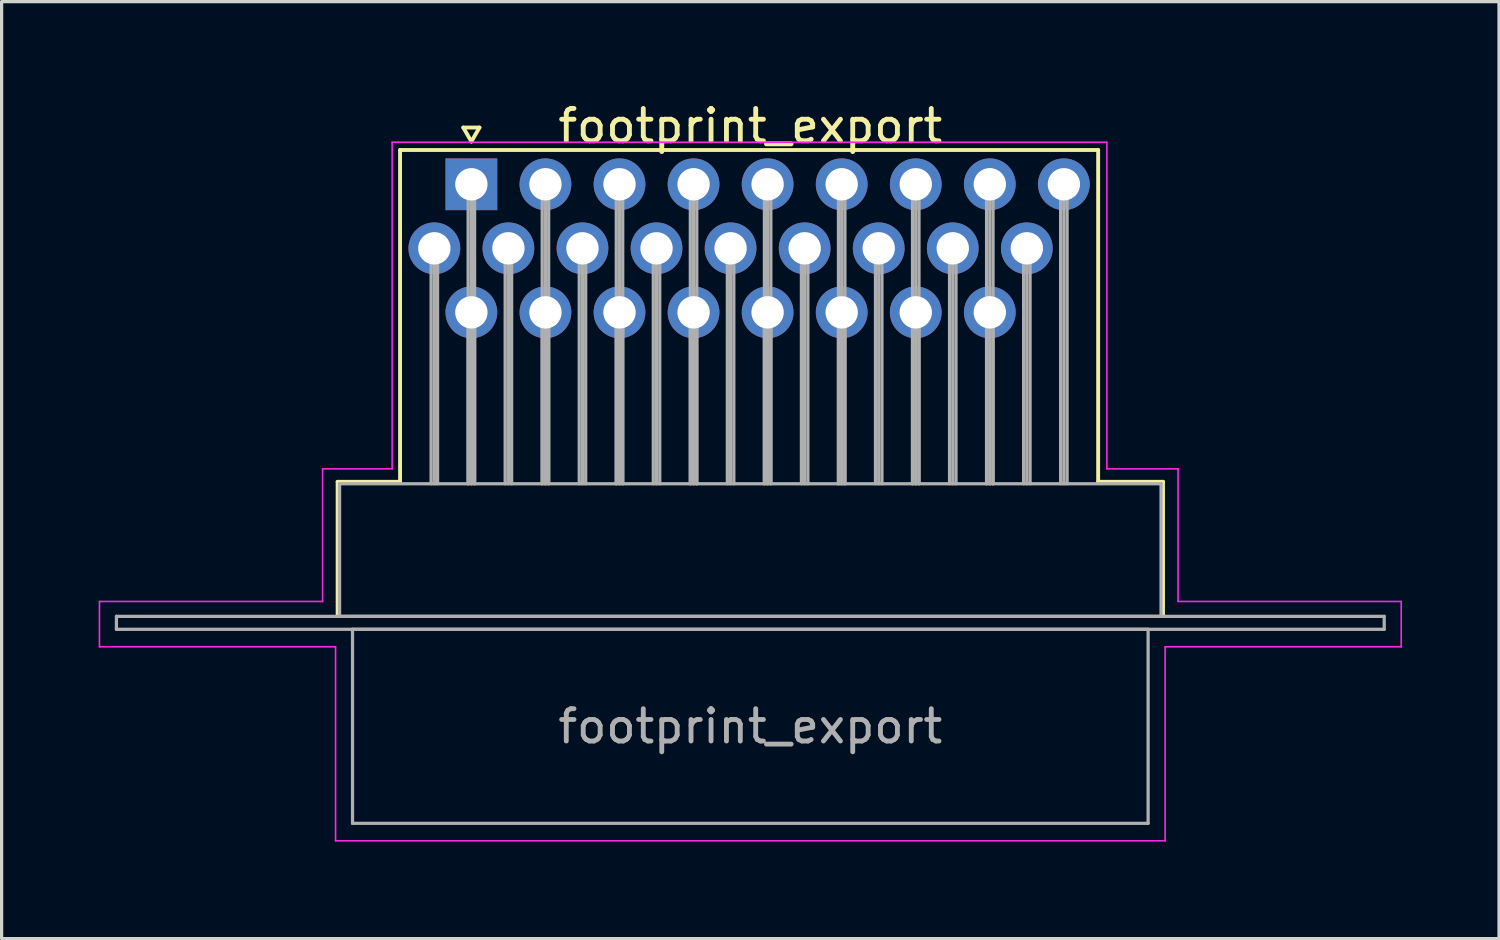
<source format=kicad_pcb>
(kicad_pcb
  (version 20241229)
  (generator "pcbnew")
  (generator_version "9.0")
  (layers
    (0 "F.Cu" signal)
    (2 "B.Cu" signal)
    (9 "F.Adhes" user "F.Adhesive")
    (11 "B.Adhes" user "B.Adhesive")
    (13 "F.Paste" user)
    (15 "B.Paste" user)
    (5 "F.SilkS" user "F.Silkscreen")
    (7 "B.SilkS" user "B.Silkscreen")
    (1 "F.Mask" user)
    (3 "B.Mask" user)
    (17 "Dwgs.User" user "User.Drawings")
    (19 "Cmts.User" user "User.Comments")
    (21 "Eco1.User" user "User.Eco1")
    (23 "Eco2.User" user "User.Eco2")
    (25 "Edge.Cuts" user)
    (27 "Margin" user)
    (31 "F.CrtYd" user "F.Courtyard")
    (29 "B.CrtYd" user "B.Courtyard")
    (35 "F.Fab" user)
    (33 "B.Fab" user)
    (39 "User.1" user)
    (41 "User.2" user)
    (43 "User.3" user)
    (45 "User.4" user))
  (footprint "footprint_export"
    (layer "F.Cu")
    (at 11.525 2.648)
    (property "Reference" "footprint_export" (at 8.625 -1.8 0) (layer "F.SilkS") (effects (font (size 1 1) (thickness 0.15))))
    (attr through_hole)
    (fp_line (start -4.135 9.2) (end -2.205 9.2) (stroke (width 0.12) (type solid)) (layer "F.SilkS"))
    (fp_line (start -4.135 13.3) (end -4.135 9.2) (stroke (width 0.12) (type solid)) (layer "F.SilkS"))
    (fp_line (start -2.205 -1.06) (end 19.38 -1.06) (stroke (width 0.12) (type solid)) (layer "F.SilkS"))
    (fp_line (start -2.205 9.2) (end -2.205 -1.06) (stroke (width 0.12) (type solid)) (layer "F.SilkS"))
    (fp_line (start -0.25 -1.754) (end 0.25 -1.754) (stroke (width 0.12) (type solid)) (layer "F.SilkS"))
    (fp_line (start 0 -1.321) (end -0.25 -1.754) (stroke (width 0.12) (type solid)) (layer "F.SilkS"))
    (fp_line (start 0.25 -1.754) (end 0 -1.321) (stroke (width 0.12) (type solid)) (layer "F.SilkS"))
    (fp_line (start 19.38 -1.06) (end 19.38 9.2) (stroke (width 0.12) (type solid)) (layer "F.SilkS"))
    (fp_line (start 19.38 9.2) (end 21.385 9.2) (stroke (width 0.12) (type solid)) (layer "F.SilkS"))
    (fp_line (start 21.385 9.2) (end 21.385 13.3) (stroke (width 0.12) (type solid)) (layer "F.SilkS"))
    (fp_line (start -11.5 12.9) (end -4.6 12.9) (stroke (width 0.05) (type solid)) (layer "F.CrtYd"))
    (fp_line (start -11.5 14.3) (end -11.5 12.9) (stroke (width 0.05) (type solid)) (layer "F.CrtYd"))
    (fp_line (start -4.6 8.8) (end -2.45 8.8) (stroke (width 0.05) (type solid)) (layer "F.CrtYd"))
    (fp_line (start -4.6 12.9) (end -4.6 8.8) (stroke (width 0.05) (type solid)) (layer "F.CrtYd"))
    (fp_line (start -4.2 14.3) (end -11.5 14.3) (stroke (width 0.05) (type solid)) (layer "F.CrtYd"))
    (fp_line (start -4.2 20.3) (end -4.2 14.3) (stroke (width 0.05) (type solid)) (layer "F.CrtYd"))
    (fp_line (start -2.45 -1.3) (end 19.65 -1.3) (stroke (width 0.05) (type solid)) (layer "F.CrtYd"))
    (fp_line (start -2.45 8.8) (end -2.45 -1.3) (stroke (width 0.05) (type solid)) (layer "F.CrtYd"))
    (fp_line (start 19.65 -1.3) (end 19.65 8.8) (stroke (width 0.05) (type solid)) (layer "F.CrtYd"))
    (fp_line (start 19.65 8.8) (end 21.85 8.8) (stroke (width 0.05) (type solid)) (layer "F.CrtYd"))
    (fp_line (start 21.45 14.3) (end 21.45 20.3) (stroke (width 0.05) (type solid)) (layer "F.CrtYd"))
    (fp_line (start 21.45 20.3) (end -4.2 20.3) (stroke (width 0.05) (type solid)) (layer "F.CrtYd"))
    (fp_line (start 21.85 8.8) (end 21.85 12.9) (stroke (width 0.05) (type solid)) (layer "F.CrtYd"))
    (fp_line (start 21.85 12.9) (end 28.75 12.9) (stroke (width 0.05) (type solid)) (layer "F.CrtYd"))
    (fp_line (start 28.75 12.9) (end 28.75 14.3) (stroke (width 0.05) (type solid)) (layer "F.CrtYd"))
    (fp_line (start 28.75 14.3) (end 21.45 14.3) (stroke (width 0.05) (type solid)) (layer "F.CrtYd"))
    (fp_line (start -10.975 13.36) (end -10.975 13.76) (stroke (width 0.1) (type solid)) (layer "F.Fab"))
    (fp_line (start -10.975 13.76) (end 28.225 13.76) (stroke (width 0.1) (type solid)) (layer "F.Fab"))
    (fp_line (start -4.075 9.26) (end -4.075 13.36) (stroke (width 0.1) (type solid)) (layer "F.Fab"))
    (fp_line (start -4.075 13.36) (end 21.325 13.36) (stroke (width 0.1) (type solid)) (layer "F.Fab"))
    (fp_line (start -3.675 13.76) (end -3.675 19.76) (stroke (width 0.1) (type solid)) (layer "F.Fab"))
    (fp_line (start -3.675 19.76) (end 20.925 19.76) (stroke (width 0.1) (type solid)) (layer "F.Fab"))
    (fp_line (start -1.245 1.98) (end -1.245 9.26) (stroke (width 0.1) (type solid)) (layer "F.Fab"))
    (fp_line (start -1.145 1.98) (end -1.145 9.26) (stroke (width 0.1) (type solid)) (layer "F.Fab"))
    (fp_line (start -1.045 1.98) (end -1.045 9.26) (stroke (width 0.1) (type solid)) (layer "F.Fab"))
    (fp_line (start -0.1 0) (end -0.1 9.26) (stroke (width 0.1) (type solid)) (layer "F.Fab"))
    (fp_line (start -0.1 3.96) (end -0.1 9.26) (stroke (width 0.1) (type solid)) (layer "F.Fab"))
    (fp_line (start 0 0) (end 0 9.26) (stroke (width 0.1) (type solid)) (layer "F.Fab"))
    (fp_line (start 0 3.96) (end 0 9.26) (stroke (width 0.1) (type solid)) (layer "F.Fab"))
    (fp_line (start 0.1 0) (end 0.1 9.26) (stroke (width 0.1) (type solid)) (layer "F.Fab"))
    (fp_line (start 0.1 3.96) (end 0.1 9.26) (stroke (width 0.1) (type solid)) (layer "F.Fab"))
    (fp_line (start 1.045 1.98) (end 1.045 9.26) (stroke (width 0.1) (type solid)) (layer "F.Fab"))
    (fp_line (start 1.145 1.98) (end 1.145 9.26) (stroke (width 0.1) (type solid)) (layer "F.Fab"))
    (fp_line (start 1.245 1.98) (end 1.245 9.26) (stroke (width 0.1) (type solid)) (layer "F.Fab"))
    (fp_line (start 2.19 0) (end 2.19 9.26) (stroke (width 0.1) (type solid)) (layer "F.Fab"))
    (fp_line (start 2.19 3.96) (end 2.19 9.26) (stroke (width 0.1) (type solid)) (layer "F.Fab"))
    (fp_line (start 2.29 0) (end 2.29 9.26) (stroke (width 0.1) (type solid)) (layer "F.Fab"))
    (fp_line (start 2.29 3.96) (end 2.29 9.26) (stroke (width 0.1) (type solid)) (layer "F.Fab"))
    (fp_line (start 2.39 0) (end 2.39 9.26) (stroke (width 0.1) (type solid)) (layer "F.Fab"))
    (fp_line (start 2.39 3.96) (end 2.39 9.26) (stroke (width 0.1) (type solid)) (layer "F.Fab"))
    (fp_line (start 3.335 1.98) (end 3.335 9.26) (stroke (width 0.1) (type solid)) (layer "F.Fab"))
    (fp_line (start 3.435 1.98) (end 3.435 9.26) (stroke (width 0.1) (type solid)) (layer "F.Fab"))
    (fp_line (start 3.535 1.98) (end 3.535 9.26) (stroke (width 0.1) (type solid)) (layer "F.Fab"))
    (fp_line (start 4.48 0) (end 4.48 9.26) (stroke (width 0.1) (type solid)) (layer "F.Fab"))
    (fp_line (start 4.48 3.96) (end 4.48 9.26) (stroke (width 0.1) (type solid)) (layer "F.Fab"))
    (fp_line (start 4.58 0) (end 4.58 9.26) (stroke (width 0.1) (type solid)) (layer "F.Fab"))
    (fp_line (start 4.58 3.96) (end 4.58 9.26) (stroke (width 0.1) (type solid)) (layer "F.Fab"))
    (fp_line (start 4.68 0) (end 4.68 9.26) (stroke (width 0.1) (type solid)) (layer "F.Fab"))
    (fp_line (start 4.68 3.96) (end 4.68 9.26) (stroke (width 0.1) (type solid)) (layer "F.Fab"))
    (fp_line (start 5.625 1.98) (end 5.625 9.26) (stroke (width 0.1) (type solid)) (layer "F.Fab"))
    (fp_line (start 5.725 1.98) (end 5.725 9.26) (stroke (width 0.1) (type solid)) (layer "F.Fab"))
    (fp_line (start 5.825 1.98) (end 5.825 9.26) (stroke (width 0.1) (type solid)) (layer "F.Fab"))
    (fp_line (start 6.77 0) (end 6.77 9.26) (stroke (width 0.1) (type solid)) (layer "F.Fab"))
    (fp_line (start 6.77 3.96) (end 6.77 9.26) (stroke (width 0.1) (type solid)) (layer "F.Fab"))
    (fp_line (start 6.87 0) (end 6.87 9.26) (stroke (width 0.1) (type solid)) (layer "F.Fab"))
    (fp_line (start 6.87 3.96) (end 6.87 9.26) (stroke (width 0.1) (type solid)) (layer "F.Fab"))
    (fp_line (start 6.97 0) (end 6.97 9.26) (stroke (width 0.1) (type solid)) (layer "F.Fab"))
    (fp_line (start 6.97 3.96) (end 6.97 9.26) (stroke (width 0.1) (type solid)) (layer "F.Fab"))
    (fp_line (start 7.915 1.98) (end 7.915 9.26) (stroke (width 0.1) (type solid)) (layer "F.Fab"))
    (fp_line (start 8.015 1.98) (end 8.015 9.26) (stroke (width 0.1) (type solid)) (layer "F.Fab"))
    (fp_line (start 8.115 1.98) (end 8.115 9.26) (stroke (width 0.1) (type solid)) (layer "F.Fab"))
    (fp_line (start 9.06 0) (end 9.06 9.26) (stroke (width 0.1) (type solid)) (layer "F.Fab"))
    (fp_line (start 9.06 3.96) (end 9.06 9.26) (stroke (width 0.1) (type solid)) (layer "F.Fab"))
    (fp_line (start 9.16 0) (end 9.16 9.26) (stroke (width 0.1) (type solid)) (layer "F.Fab"))
    (fp_line (start 9.16 3.96) (end 9.16 9.26) (stroke (width 0.1) (type solid)) (layer "F.Fab"))
    (fp_line (start 9.26 0) (end 9.26 9.26) (stroke (width 0.1) (type solid)) (layer "F.Fab"))
    (fp_line (start 9.26 3.96) (end 9.26 9.26) (stroke (width 0.1) (type solid)) (layer "F.Fab"))
    (fp_line (start 10.205 1.98) (end 10.205 9.26) (stroke (width 0.1) (type solid)) (layer "F.Fab"))
    (fp_line (start 10.305 1.98) (end 10.305 9.26) (stroke (width 0.1) (type solid)) (layer "F.Fab"))
    (fp_line (start 10.405 1.98) (end 10.405 9.26) (stroke (width 0.1) (type solid)) (layer "F.Fab"))
    (fp_line (start 11.35 0) (end 11.35 9.26) (stroke (width 0.1) (type solid)) (layer "F.Fab"))
    (fp_line (start 11.35 3.96) (end 11.35 9.26) (stroke (width 0.1) (type solid)) (layer "F.Fab"))
    (fp_line (start 11.45 0) (end 11.45 9.26) (stroke (width 0.1) (type solid)) (layer "F.Fab"))
    (fp_line (start 11.45 3.96) (end 11.45 9.26) (stroke (width 0.1) (type solid)) (layer "F.Fab"))
    (fp_line (start 11.55 0) (end 11.55 9.26) (stroke (width 0.1) (type solid)) (layer "F.Fab"))
    (fp_line (start 11.55 3.96) (end 11.55 9.26) (stroke (width 0.1) (type solid)) (layer "F.Fab"))
    (fp_line (start 12.495 1.98) (end 12.495 9.26) (stroke (width 0.1) (type solid)) (layer "F.Fab"))
    (fp_line (start 12.595 1.98) (end 12.595 9.26) (stroke (width 0.1) (type solid)) (layer "F.Fab"))
    (fp_line (start 12.695 1.98) (end 12.695 9.26) (stroke (width 0.1) (type solid)) (layer "F.Fab"))
    (fp_line (start 13.64 0) (end 13.64 9.26) (stroke (width 0.1) (type solid)) (layer "F.Fab"))
    (fp_line (start 13.64 3.96) (end 13.64 9.26) (stroke (width 0.1) (type solid)) (layer "F.Fab"))
    (fp_line (start 13.74 0) (end 13.74 9.26) (stroke (width 0.1) (type solid)) (layer "F.Fab"))
    (fp_line (start 13.74 3.96) (end 13.74 9.26) (stroke (width 0.1) (type solid)) (layer "F.Fab"))
    (fp_line (start 13.84 0) (end 13.84 9.26) (stroke (width 0.1) (type solid)) (layer "F.Fab"))
    (fp_line (start 13.84 3.96) (end 13.84 9.26) (stroke (width 0.1) (type solid)) (layer "F.Fab"))
    (fp_line (start 14.785 1.98) (end 14.785 9.26) (stroke (width 0.1) (type solid)) (layer "F.Fab"))
    (fp_line (start 14.885 1.98) (end 14.885 9.26) (stroke (width 0.1) (type solid)) (layer "F.Fab"))
    (fp_line (start 14.985 1.98) (end 14.985 9.26) (stroke (width 0.1) (type solid)) (layer "F.Fab"))
    (fp_line (start 15.93 0) (end 15.93 9.26) (stroke (width 0.1) (type solid)) (layer "F.Fab"))
    (fp_line (start 15.93 3.96) (end 15.93 9.26) (stroke (width 0.1) (type solid)) (layer "F.Fab"))
    (fp_line (start 16.03 0) (end 16.03 9.26) (stroke (width 0.1) (type solid)) (layer "F.Fab"))
    (fp_line (start 16.03 3.96) (end 16.03 9.26) (stroke (width 0.1) (type solid)) (layer "F.Fab"))
    (fp_line (start 16.13 0) (end 16.13 9.26) (stroke (width 0.1) (type solid)) (layer "F.Fab"))
    (fp_line (start 16.13 3.96) (end 16.13 9.26) (stroke (width 0.1) (type solid)) (layer "F.Fab"))
    (fp_line (start 17.075 1.98) (end 17.075 9.26) (stroke (width 0.1) (type solid)) (layer "F.Fab"))
    (fp_line (start 17.175 1.98) (end 17.175 9.26) (stroke (width 0.1) (type solid)) (layer "F.Fab"))
    (fp_line (start 17.275 1.98) (end 17.275 9.26) (stroke (width 0.1) (type solid)) (layer "F.Fab"))
    (fp_line (start 18.22 0) (end 18.22 9.26) (stroke (width 0.1) (type solid)) (layer "F.Fab"))
    (fp_line (start 18.32 0) (end 18.32 9.26) (stroke (width 0.1) (type solid)) (layer "F.Fab"))
    (fp_line (start 18.42 0) (end 18.42 9.26) (stroke (width 0.1) (type solid)) (layer "F.Fab"))
    (fp_line (start 20.925 13.76) (end -3.675 13.76) (stroke (width 0.1) (type solid)) (layer "F.Fab"))
    (fp_line (start 20.925 19.76) (end 20.925 13.76) (stroke (width 0.1) (type solid)) (layer "F.Fab"))
    (fp_line (start 21.325 9.26) (end -4.075 9.26) (stroke (width 0.1) (type solid)) (layer "F.Fab"))
    (fp_line (start 21.325 13.36) (end 21.325 9.26) (stroke (width 0.1) (type solid)) (layer "F.Fab"))
    (fp_line (start 28.225 13.36) (end -10.975 13.36) (stroke (width 0.1) (type solid)) (layer "F.Fab"))
    (fp_line (start 28.225 13.76) (end 28.225 13.36) (stroke (width 0.1) (type solid)) (layer "F.Fab"))
    (fp_text user "${REFERENCE}" (at 8.625 16.76 0) (layer "F.Fab") (effects (font (size 1 1) (thickness 0.15))))
    (pad "1" thru_hole rect (at 0 0) (size 1.6 1.6) (drill 1) (layers "*.Cu" "*.Mask"))
    (pad "2" thru_hole circle (at 2.29 0) (size 1.6 1.6) (drill 1) (layers "*.Cu" "*.Mask"))
    (pad "3" thru_hole circle (at 4.58 0) (size 1.6 1.6) (drill 1) (layers "*.Cu" "*.Mask"))
    (pad "4" thru_hole circle (at 6.87 0) (size 1.6 1.6) (drill 1) (layers "*.Cu" "*.Mask"))
    (pad "5" thru_hole circle (at 9.16 0) (size 1.6 1.6) (drill 1) (layers "*.Cu" "*.Mask"))
    (pad "6" thru_hole circle (at 11.45 0) (size 1.6 1.6) (drill 1) (layers "*.Cu" "*.Mask"))
    (pad "7" thru_hole circle (at 13.74 0) (size 1.6 1.6) (drill 1) (layers "*.Cu" "*.Mask"))
    (pad "8" thru_hole circle (at 16.03 0) (size 1.6 1.6) (drill 1) (layers "*.Cu" "*.Mask"))
    (pad "9" thru_hole circle (at 18.32 0) (size 1.6 1.6) (drill 1) (layers "*.Cu" "*.Mask"))
    (pad "10" thru_hole circle (at -1.145 1.98) (size 1.6 1.6) (drill 1) (layers "*.Cu" "*.Mask"))
    (pad "11" thru_hole circle (at 1.145 1.98) (size 1.6 1.6) (drill 1) (layers "*.Cu" "*.Mask"))
    (pad "12" thru_hole circle (at 3.435 1.98) (size 1.6 1.6) (drill 1) (layers "*.Cu" "*.Mask"))
    (pad "13" thru_hole circle (at 5.725 1.98) (size 1.6 1.6) (drill 1) (layers "*.Cu" "*.Mask"))
    (pad "14" thru_hole circle (at 8.015 1.98) (size 1.6 1.6) (drill 1) (layers "*.Cu" "*.Mask"))
    (pad "15" thru_hole circle (at 10.305 1.98) (size 1.6 1.6) (drill 1) (layers "*.Cu" "*.Mask"))
    (pad "16" thru_hole circle (at 12.595 1.98) (size 1.6 1.6) (drill 1) (layers "*.Cu" "*.Mask"))
    (pad "17" thru_hole circle (at 14.885 1.98) (size 1.6 1.6) (drill 1) (layers "*.Cu" "*.Mask"))
    (pad "18" thru_hole circle (at 17.175 1.98) (size 1.6 1.6) (drill 1) (layers "*.Cu" "*.Mask"))
    (pad "19" thru_hole circle (at 0 3.96) (size 1.6 1.6) (drill 1) (layers "*.Cu" "*.Mask"))
    (pad "20" thru_hole circle (at 2.29 3.96) (size 1.6 1.6) (drill 1) (layers "*.Cu" "*.Mask"))
    (pad "21" thru_hole circle (at 4.58 3.96) (size 1.6 1.6) (drill 1) (layers "*.Cu" "*.Mask"))
    (pad "22" thru_hole circle (at 6.87 3.96) (size 1.6 1.6) (drill 1) (layers "*.Cu" "*.Mask"))
    (pad "23" thru_hole circle (at 9.16 3.96) (size 1.6 1.6) (drill 1) (layers "*.Cu" "*.Mask"))
    (pad "24" thru_hole circle (at 11.45 3.96) (size 1.6 1.6) (drill 1) (layers "*.Cu" "*.Mask"))
    (pad "25" thru_hole circle (at 13.74 3.96) (size 1.6 1.6) (drill 1) (layers "*.Cu" "*.Mask"))
    (pad "26" thru_hole circle (at 16.03 3.96) (size 1.6 1.6) (drill 1) (layers "*.Cu" "*.Mask")))
  (gr_rect
    (start -3 -3)
    (end 43.3 25.973)
    (stroke (width 0.1) (type default))
    (fill no)
    (layer "Edge.Cuts")))
</source>
